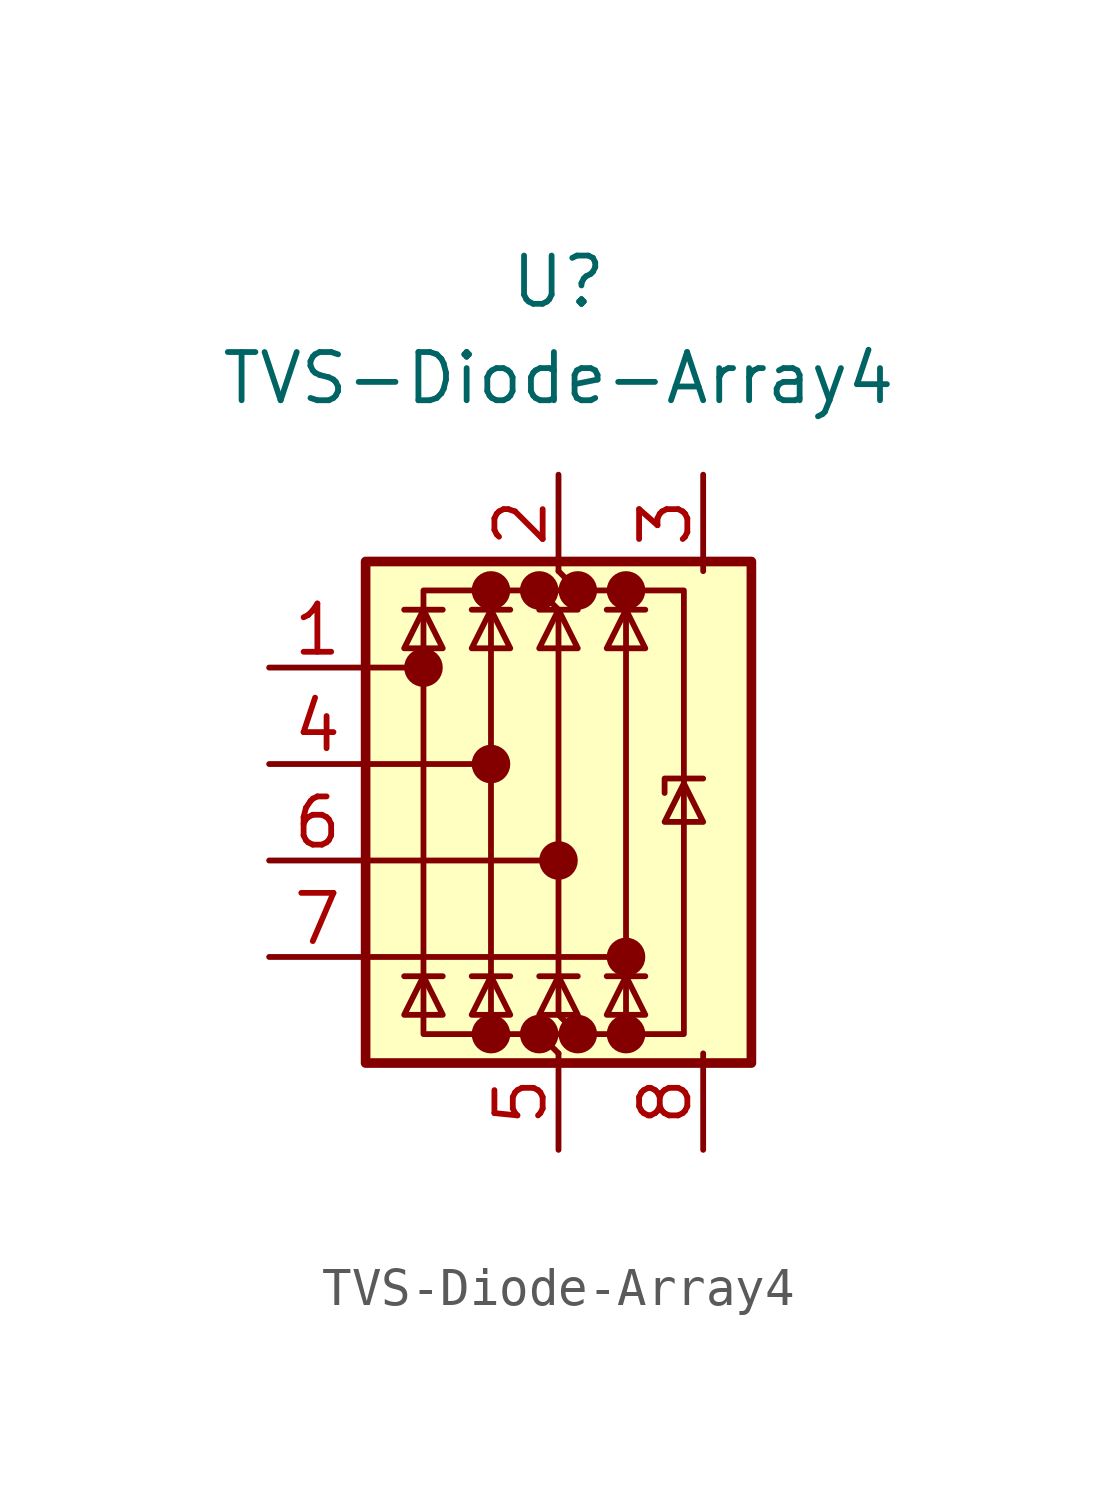
<source format=kicad_sym>
(kicad_symbol_lib
  (version 20231120)
  (generator "kicad_symbol_editor")
  (generator_version "8.0")
  (symbol "TVS-Diode-Array4"
    (pin_names hide)
    (property "Reference" "U"
      (at 0 12.7 0)
      (effects (font (size 1.27 1.27))))
    (property "Value" "TVS-Diode-Array4"
      (at 0 10.16 0)
      (effects (font (size 1.27 1.27))))
    (symbol "TVS-Diode-Array4_0_0"
      (circle (center -3.556 2.54) (radius 0.0001) (stroke (width 0.508) (type default)) (fill (type none)))
      (circle (center -1.778 -7.112) (radius 0.0001) (stroke (width 0.508) (type default)) (fill (type none)))
      (circle (center -1.778 0) (radius 0.0001) (stroke (width 0.508) (type default)) (fill (type none)))
      (circle (center -1.778 4.572) (radius 0.0001) (stroke (width 0.508) (type default)) (fill (type none)))
      (circle (center -0.508 -7.112) (radius 0.0001) (stroke (width 0.508) (type default)) (fill (type none)))
      (circle (center -0.508 4.572) (radius 0.0001) (stroke (width 0.508) (type default)) (fill (type none)))
      (circle (center 0 -2.54) (radius 0.0001) (stroke (width 0.508) (type default)) (fill (type none)))
      (circle (center 0.508 -7.112) (radius 0.0001) (stroke (width 0.508) (type default)) (fill (type none)))
      (circle (center 0.508 4.572) (radius 0.0001) (stroke (width 0.508) (type default)) (fill (type none)))
      (circle (center 1.778 -7.112) (radius 0.0001) (stroke (width 0.508) (type default)) (fill (type none)))
      (circle (center 1.778 -5.08) (radius 0.0001) (stroke (width 0.508) (type default)) (fill (type none)))
      (circle (center 1.778 4.572) (radius 0.0001) (stroke (width 0.508) (type default)) (fill (type none))))
    (symbol "TVS-Diode-Array4_0_1"
      (polyline (pts (xy -5.08 -5.08) (xy 1.778 -5.08)) (stroke (width 0) (type default)) (fill (type none)))
      (polyline (pts (xy -5.08 -2.54) (xy 0 -2.54)) (stroke (width 0) (type default)) (fill (type none)))
      (polyline (pts (xy -5.08 0) (xy -1.778 0)) (stroke (width 0) (type default)) (fill (type none)))
      (polyline (pts (xy -5.08 2.54) (xy -3.556 2.54)) (stroke (width 0) (type default)) (fill (type none)))
      (polyline (pts (xy -4.064 -5.588) (xy -3.048 -5.588)) (stroke (width 0) (type default)) (fill (type none)))
      (polyline (pts (xy -3.048 4.064) (xy -4.064 4.064)) (stroke (width 0) (type default)) (fill (type none)))
      (polyline (pts (xy -2.286 -5.588) (xy -1.27 -5.588)) (stroke (width 0) (type default)) (fill (type none)))
      (polyline (pts (xy -2.286 4.064) (xy -1.27 4.064)) (stroke (width 0) (type default)) (fill (type none)))
      (polyline (pts (xy -0.508 -5.588) (xy 0.508 -5.588)) (stroke (width 0) (type default)) (fill (type none)))
      (polyline (pts (xy 0 5.08) (xy 0.508 4.572)) (stroke (width 0) (type default)) (fill (type none)))
      (polyline (pts (xy 0.508 -7.112) (xy -0.508 -7.112)) (stroke (width 0) (type default)) (fill (type none)))
      (polyline (pts (xy 0.508 4.064) (xy -0.508 4.064)) (stroke (width 0) (type default)) (fill (type none)))
      (polyline (pts (xy 1.27 4.064) (xy 2.286 4.064)) (stroke (width 0) (type default)) (fill (type none)))
      (polyline (pts (xy 2.286 -5.588) (xy 1.27 -5.588)) (stroke (width 0) (type default)) (fill (type none)))
      (polyline (pts (xy 2.794 -0.762) (xy 2.794 -0.381) (xy 3.81 -0.381)) (stroke (width 0) (type default)) (fill (type none)))
      (polyline (pts (xy -4.064 3.048) (xy -3.048 3.048) (xy -3.556 4.064) (xy -4.064 3.048)) (stroke (width 0) (type default)) (fill (type none)))
      (polyline (pts (xy -3.048 -6.604) (xy -4.064 -6.604) (xy -3.556 -5.588) (xy -3.048 -6.604)) (stroke (width 0) (type default)) (fill (type none)))
      (polyline (pts (xy -1.27 -6.604) (xy -2.286 -6.604) (xy -1.778 -5.588) (xy -1.27 -6.604)) (stroke (width 0) (type default)) (fill (type none)))
      (polyline (pts (xy -1.27 3.048) (xy -2.286 3.048) (xy -1.778 4.064) (xy -1.27 3.048)) (stroke (width 0) (type default)) (fill (type none)))
      (polyline (pts (xy -0.508 -6.604) (xy 0.508 -6.604) (xy 0 -5.588) (xy -0.508 -6.604)) (stroke (width 0) (type default)) (fill (type none)))
      (polyline (pts (xy -0.508 3.048) (xy 0.508 3.048) (xy 0 4.064) (xy -0.508 3.048)) (stroke (width 0) (type default)) (fill (type none)))
      (polyline (pts (xy 1.27 -6.604) (xy 2.286 -6.604) (xy 1.778 -5.588) (xy 1.27 -6.604)) (stroke (width 0) (type default)) (fill (type none)))
      (polyline (pts (xy 1.778 4.572) (xy 3.302 4.572) (xy 3.302 -7.112) (xy 1.778 -7.112)) (stroke (width 0) (type default)) (fill (type none)))
      (polyline (pts (xy 2.286 3.048) (xy 1.27 3.048) (xy 1.778 4.064) (xy 2.286 3.048)) (stroke (width 0) (type default)) (fill (type none)))
      (polyline (pts (xy 3.81 -1.524) (xy 2.794 -1.524) (xy 3.302 -0.508) (xy 3.81 -1.524)) (stroke (width 0) (type default)) (fill (type none))))
    (symbol "TVS-Diode-Array4_1_1"
      (rectangle (start -5.08 5.334) (end 5.08 -7.874) (stroke (width 0.254) (type default)) (fill (type background)))
      (polyline (pts (xy -1.778 4.572) (xy -3.556 4.572) (xy -3.556 -7.112) (xy -1.778 -7.112)) (stroke (width 0) (type default)) (fill (type none)))
      (polyline (pts (xy -0.508 4.572) (xy 1.778 4.572) (xy 1.778 -7.112) (xy 0.508 -7.112)) (stroke (width 0) (type default)) (fill (type none)))
      (polyline (pts (xy 0.508 -7.112) (xy 0 -6.604) (xy 0 4.064) (xy -0.508 4.572)) (stroke (width 0) (type default)) (fill (type none)))
      (polyline (pts (xy 0 -7.62) (xy -0.508 -7.112) (xy -1.778 -7.112) (xy -1.778 4.572) (xy -0.508 4.572)) (stroke (width 0) (type default)) (fill (type none)))
      (pin passive line (at -7.62 2.54 0) (length 2.54) (name "I/O1" (effects (font (size 1.27 1.27)))) (number "1" (effects (font (size 1.27 1.27)))))
      (pin passive line (at 0 7.62 270) (length 2.54) (name "VBUS" (effects (font (size 1.27 1.27)))) (number "2" (effects (font (size 1.27 1.27)))))
      (pin passive line (at 3.81 7.62 270) (length 2.54) (name "VBUS" (effects (font (size 1.27 1.27)))) (number "3" (effects (font (size 1.27 1.27)))))
      (pin passive line (at -7.62 0 0) (length 2.54) (name "I/O2" (effects (font (size 1.27 1.27)))) (number "4" (effects (font (size 1.27 1.27)))))
      (pin passive line (at 0 -10.16 90) (length 2.54) (name "GND" (effects (font (size 1.27 1.27)))) (number "5" (effects (font (size 1.27 1.27)))))
      (pin passive line (at -7.62 -2.54 0) (length 2.54) (name "I/O3" (effects (font (size 1.27 1.27)))) (number "6" (effects (font (size 1.27 1.27)))))
      (pin passive line (at -7.62 -5.08 0) (length 2.54) (name "I/O4" (effects (font (size 1.27 1.27)))) (number "7" (effects (font (size 1.27 1.27)))))
      (pin passive line (at 3.81 -10.16 90) (length 2.54) (name "GND" (effects (font (size 1.27 1.27)))) (number "8" (effects (font (size 1.27 1.27))))))))
</source>
